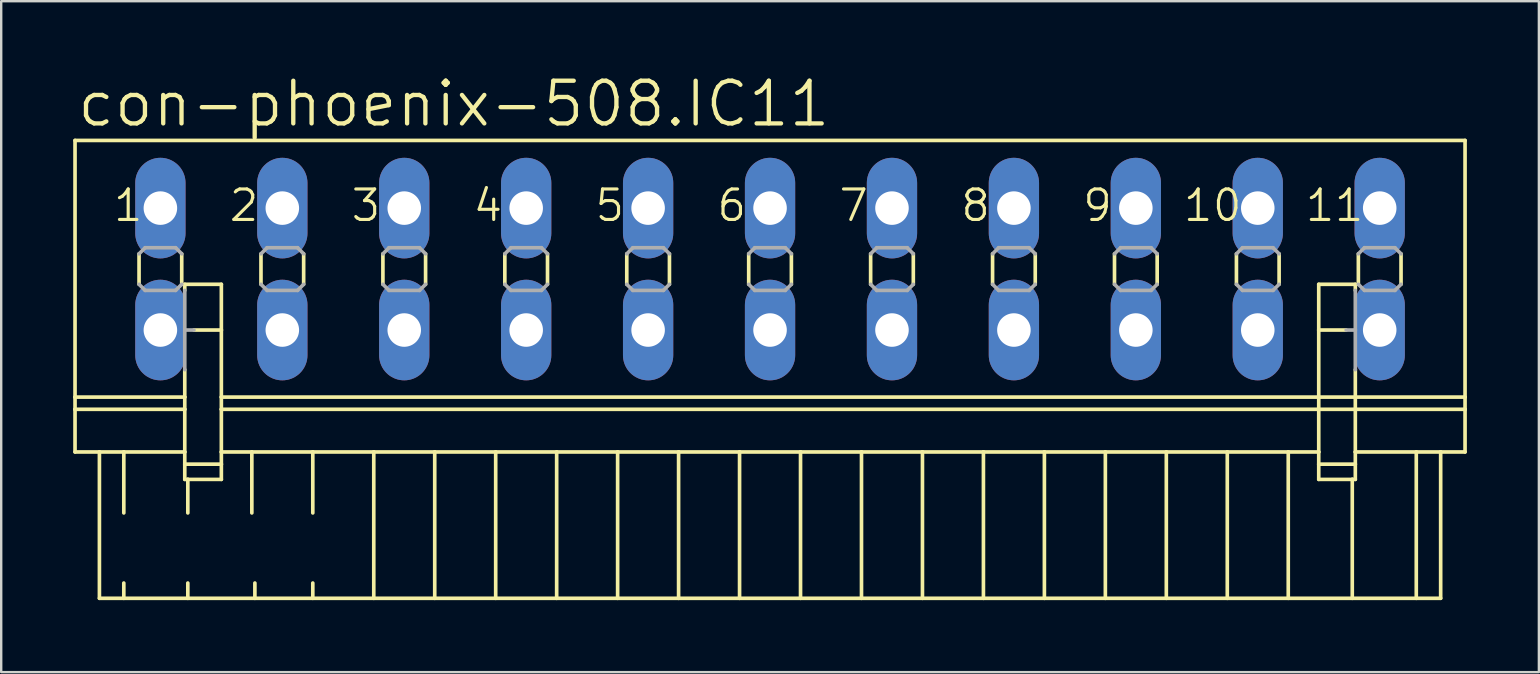
<source format=kicad_pcb>
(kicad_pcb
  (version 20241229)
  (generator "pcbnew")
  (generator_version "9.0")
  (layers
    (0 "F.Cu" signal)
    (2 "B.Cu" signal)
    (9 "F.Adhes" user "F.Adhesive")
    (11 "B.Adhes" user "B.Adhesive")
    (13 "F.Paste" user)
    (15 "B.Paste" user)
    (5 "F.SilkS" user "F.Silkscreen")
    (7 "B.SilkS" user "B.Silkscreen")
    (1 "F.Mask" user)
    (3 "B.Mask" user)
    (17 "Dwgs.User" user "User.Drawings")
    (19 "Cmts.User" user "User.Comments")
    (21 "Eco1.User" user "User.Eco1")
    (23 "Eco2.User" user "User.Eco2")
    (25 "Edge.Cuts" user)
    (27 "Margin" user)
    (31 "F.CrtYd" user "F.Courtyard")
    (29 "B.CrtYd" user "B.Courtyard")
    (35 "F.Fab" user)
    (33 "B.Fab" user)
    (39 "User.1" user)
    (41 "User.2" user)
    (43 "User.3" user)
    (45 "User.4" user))
  (footprint "con-phoenix-508.IC11"
    (layer "F.Cu")
    (at 29.032 8.16)
    (property "Reference" "con-phoenix-508.IC11" (at -28.956 -5.842 0) (layer "F.SilkS") (effects (font (size 1.778 1.778) (thickness 0.18)) (justify left bottom)))
    (attr through_hole)
    (fp_line (start -28.956 -5.359) (end -28.956 5.334) (stroke (width 0.152) (type default)) (layer "F.SilkS"))
    (fp_line (start -28.956 -5.359) (end 28.956 -5.359) (stroke (width 0.152) (type default)) (layer "F.SilkS"))
    (fp_line (start -28.956 5.334) (end -28.956 5.842) (stroke (width 0.152) (type default)) (layer "F.SilkS"))
    (fp_line (start -28.956 5.334) (end -24.384 5.334) (stroke (width 0.152) (type default)) (layer "F.SilkS"))
    (fp_line (start -28.956 5.842) (end -28.956 7.62) (stroke (width 0.152) (type default)) (layer "F.SilkS"))
    (fp_line (start -28.956 5.842) (end -24.384 5.842) (stroke (width 0.152) (type default)) (layer "F.SilkS"))
    (fp_line (start -28.956 7.62) (end -27.94 7.62) (stroke (width 0.152) (type default)) (layer "F.SilkS"))
    (fp_line (start -27.94 7.62) (end -27.94 13.716) (stroke (width 0.152) (type default)) (layer "F.SilkS"))
    (fp_line (start -27.94 7.62) (end -26.924 7.62) (stroke (width 0.152) (type default)) (layer "F.SilkS"))
    (fp_line (start -27.94 13.716) (end -26.924 13.716) (stroke (width 0.152) (type default)) (layer "F.SilkS"))
    (fp_line (start -26.924 7.62) (end -26.924 10.16) (stroke (width 0.152) (type default)) (layer "F.SilkS"))
    (fp_line (start -26.924 7.62) (end -24.384 7.62) (stroke (width 0.152) (type default)) (layer "F.SilkS"))
    (fp_line (start -26.924 13.081) (end -26.924 13.716) (stroke (width 0.152) (type default)) (layer "F.SilkS"))
    (fp_line (start -26.924 13.716) (end -24.257 13.716) (stroke (width 0.152) (type default)) (layer "F.SilkS"))
    (fp_line (start -26.289 -0.635) (end -26.289 0.635) (stroke (width 0.152) (type default)) (layer "F.SilkS"))
    (fp_line (start -24.511 -0.635) (end -24.511 0.635) (stroke (width 0.152) (type default)) (layer "F.SilkS"))
    (fp_line (start -24.384 0.635) (end -24.384 0.889) (stroke (width 0.152) (type default)) (layer "F.SilkS"))
    (fp_line (start -24.384 0.635) (end -22.86 0.635) (stroke (width 0.152) (type default)) (layer "F.SilkS"))
    (fp_line (start -24.384 4.191) (end -24.384 5.334) (stroke (width 0.152) (type default)) (layer "F.SilkS"))
    (fp_line (start -24.384 5.842) (end -24.384 5.334) (stroke (width 0.152) (type default)) (layer "F.SilkS"))
    (fp_line (start -24.384 7.62) (end -24.384 5.842) (stroke (width 0.152) (type default)) (layer "F.SilkS"))
    (fp_line (start -24.384 8.128) (end -24.384 7.62) (stroke (width 0.152) (type default)) (layer "F.SilkS"))
    (fp_line (start -24.384 8.128) (end -22.86 8.128) (stroke (width 0.152) (type default)) (layer "F.SilkS"))
    (fp_line (start -24.384 8.763) (end -24.384 8.128) (stroke (width 0.152) (type default)) (layer "F.SilkS"))
    (fp_line (start -24.257 8.763) (end -24.384 8.763) (stroke (width 0.152) (type default)) (layer "F.SilkS"))
    (fp_line (start -24.257 8.763) (end -24.257 10.16) (stroke (width 0.152) (type default)) (layer "F.SilkS"))
    (fp_line (start -24.257 13.081) (end -24.257 13.716) (stroke (width 0.152) (type default)) (layer "F.SilkS"))
    (fp_line (start -24.257 13.716) (end -21.463 13.716) (stroke (width 0.152) (type default)) (layer "F.SilkS"))
    (fp_line (start -22.86 0.635) (end -22.86 2.54) (stroke (width 0.152) (type default)) (layer "F.SilkS"))
    (fp_line (start -22.86 2.54) (end -24.003 2.54) (stroke (width 0.152) (type default)) (layer "F.SilkS"))
    (fp_line (start -22.86 2.54) (end -22.86 5.334) (stroke (width 0.152) (type default)) (layer "F.SilkS"))
    (fp_line (start -22.86 5.334) (end -22.86 5.842) (stroke (width 0.152) (type default)) (layer "F.SilkS"))
    (fp_line (start -22.86 5.334) (end 22.86 5.334) (stroke (width 0.152) (type default)) (layer "F.SilkS"))
    (fp_line (start -22.86 5.842) (end -22.86 7.62) (stroke (width 0.152) (type default)) (layer "F.SilkS"))
    (fp_line (start -22.86 5.842) (end 22.86 5.842) (stroke (width 0.152) (type default)) (layer "F.SilkS"))
    (fp_line (start -22.86 7.62) (end -22.86 8.128) (stroke (width 0.152) (type default)) (layer "F.SilkS"))
    (fp_line (start -22.86 7.62) (end -21.59 7.62) (stroke (width 0.152) (type default)) (layer "F.SilkS"))
    (fp_line (start -22.86 8.128) (end -22.86 8.763) (stroke (width 0.152) (type default)) (layer "F.SilkS"))
    (fp_line (start -22.86 8.763) (end -24.257 8.763) (stroke (width 0.152) (type default)) (layer "F.SilkS"))
    (fp_line (start -21.59 7.62) (end -21.59 10.16) (stroke (width 0.152) (type default)) (layer "F.SilkS"))
    (fp_line (start -21.59 7.62) (end -19.05 7.62) (stroke (width 0.152) (type default)) (layer "F.SilkS"))
    (fp_line (start -21.463 13.081) (end -21.463 13.716) (stroke (width 0.152) (type default)) (layer "F.SilkS"))
    (fp_line (start -21.463 13.716) (end -19.05 13.716) (stroke (width 0.152) (type default)) (layer "F.SilkS"))
    (fp_line (start -21.209 -0.635) (end -21.209 0.635) (stroke (width 0.152) (type default)) (layer "F.SilkS"))
    (fp_line (start -19.431 -0.635) (end -19.431 0.635) (stroke (width 0.152) (type default)) (layer "F.SilkS"))
    (fp_line (start -19.05 7.62) (end -19.05 10.16) (stroke (width 0.152) (type default)) (layer "F.SilkS"))
    (fp_line (start -19.05 7.62) (end -16.51 7.62) (stroke (width 0.152) (type default)) (layer "F.SilkS"))
    (fp_line (start -19.05 13.081) (end -19.05 13.716) (stroke (width 0.152) (type default)) (layer "F.SilkS"))
    (fp_line (start -19.05 13.716) (end -16.51 13.716) (stroke (width 0.152) (type default)) (layer "F.SilkS"))
    (fp_line (start -16.51 7.62) (end -16.51 13.716) (stroke (width 0.152) (type default)) (layer "F.SilkS"))
    (fp_line (start -16.51 7.62) (end -13.97 7.62) (stroke (width 0.152) (type default)) (layer "F.SilkS"))
    (fp_line (start -16.51 13.716) (end -13.97 13.716) (stroke (width 0.152) (type default)) (layer "F.SilkS"))
    (fp_line (start -16.129 -0.635) (end -16.129 0.635) (stroke (width 0.152) (type default)) (layer "F.SilkS"))
    (fp_line (start -14.351 -0.635) (end -14.351 0.635) (stroke (width 0.152) (type default)) (layer "F.SilkS"))
    (fp_line (start -13.97 7.62) (end -13.97 13.716) (stroke (width 0.152) (type default)) (layer "F.SilkS"))
    (fp_line (start -13.97 7.62) (end -11.43 7.62) (stroke (width 0.152) (type default)) (layer "F.SilkS"))
    (fp_line (start -13.97 13.716) (end -11.43 13.716) (stroke (width 0.152) (type default)) (layer "F.SilkS"))
    (fp_line (start -11.43 7.62) (end -11.43 13.716) (stroke (width 0.152) (type default)) (layer "F.SilkS"))
    (fp_line (start -11.43 7.62) (end -8.89 7.62) (stroke (width 0.152) (type default)) (layer "F.SilkS"))
    (fp_line (start -11.43 13.716) (end -8.89 13.716) (stroke (width 0.152) (type default)) (layer "F.SilkS"))
    (fp_line (start -11.049 -0.635) (end -11.049 0.635) (stroke (width 0.152) (type default)) (layer "F.SilkS"))
    (fp_line (start -9.271 -0.635) (end -9.271 0.635) (stroke (width 0.152) (type default)) (layer "F.SilkS"))
    (fp_line (start -8.89 7.62) (end -8.89 13.716) (stroke (width 0.152) (type default)) (layer "F.SilkS"))
    (fp_line (start -8.89 7.62) (end -6.35 7.62) (stroke (width 0.152) (type default)) (layer "F.SilkS"))
    (fp_line (start -8.89 13.716) (end -6.35 13.716) (stroke (width 0.152) (type default)) (layer "F.SilkS"))
    (fp_line (start -6.35 7.62) (end -6.35 13.716) (stroke (width 0.152) (type default)) (layer "F.SilkS"))
    (fp_line (start -6.35 7.62) (end -3.81 7.62) (stroke (width 0.152) (type default)) (layer "F.SilkS"))
    (fp_line (start -6.35 13.716) (end -3.81 13.716) (stroke (width 0.152) (type default)) (layer "F.SilkS"))
    (fp_line (start -5.969 -0.635) (end -5.969 0.635) (stroke (width 0.152) (type default)) (layer "F.SilkS"))
    (fp_line (start -4.191 -0.635) (end -4.191 0.635) (stroke (width 0.152) (type default)) (layer "F.SilkS"))
    (fp_line (start -3.81 7.62) (end -3.81 13.716) (stroke (width 0.152) (type default)) (layer "F.SilkS"))
    (fp_line (start -3.81 7.62) (end -1.27 7.62) (stroke (width 0.152) (type default)) (layer "F.SilkS"))
    (fp_line (start -3.81 13.716) (end -1.27 13.716) (stroke (width 0.152) (type default)) (layer "F.SilkS"))
    (fp_line (start -1.27 7.62) (end -1.27 13.716) (stroke (width 0.152) (type default)) (layer "F.SilkS"))
    (fp_line (start -1.27 7.62) (end 1.27 7.62) (stroke (width 0.152) (type default)) (layer "F.SilkS"))
    (fp_line (start -1.27 13.716) (end 1.27 13.716) (stroke (width 0.152) (type default)) (layer "F.SilkS"))
    (fp_line (start -0.889 -0.635) (end -0.889 0.635) (stroke (width 0.152) (type default)) (layer "F.SilkS"))
    (fp_line (start 0.889 -0.635) (end 0.889 0.635) (stroke (width 0.152) (type default)) (layer "F.SilkS"))
    (fp_line (start 1.27 7.62) (end 1.27 13.716) (stroke (width 0.152) (type default)) (layer "F.SilkS"))
    (fp_line (start 1.27 7.62) (end 3.81 7.62) (stroke (width 0.152) (type default)) (layer "F.SilkS"))
    (fp_line (start 1.27 13.716) (end 3.81 13.716) (stroke (width 0.152) (type default)) (layer "F.SilkS"))
    (fp_line (start 3.81 7.62) (end 3.81 13.716) (stroke (width 0.152) (type default)) (layer "F.SilkS"))
    (fp_line (start 3.81 7.62) (end 6.35 7.62) (stroke (width 0.152) (type default)) (layer "F.SilkS"))
    (fp_line (start 3.81 13.716) (end 6.35 13.716) (stroke (width 0.152) (type default)) (layer "F.SilkS"))
    (fp_line (start 4.191 -0.635) (end 4.191 0.635) (stroke (width 0.152) (type default)) (layer "F.SilkS"))
    (fp_line (start 5.969 -0.635) (end 5.969 0.635) (stroke (width 0.152) (type default)) (layer "F.SilkS"))
    (fp_line (start 6.35 7.62) (end 6.35 13.716) (stroke (width 0.152) (type default)) (layer "F.SilkS"))
    (fp_line (start 6.35 7.62) (end 8.89 7.62) (stroke (width 0.152) (type default)) (layer "F.SilkS"))
    (fp_line (start 6.35 13.716) (end 8.89 13.716) (stroke (width 0.152) (type default)) (layer "F.SilkS"))
    (fp_line (start 8.89 7.62) (end 8.89 13.716) (stroke (width 0.152) (type default)) (layer "F.SilkS"))
    (fp_line (start 8.89 7.62) (end 11.43 7.62) (stroke (width 0.152) (type default)) (layer "F.SilkS"))
    (fp_line (start 8.89 13.716) (end 11.43 13.716) (stroke (width 0.152) (type default)) (layer "F.SilkS"))
    (fp_line (start 9.271 -0.635) (end 9.271 0.635) (stroke (width 0.152) (type default)) (layer "F.SilkS"))
    (fp_line (start 11.049 -0.635) (end 11.049 0.635) (stroke (width 0.152) (type default)) (layer "F.SilkS"))
    (fp_line (start 11.43 7.62) (end 11.43 13.716) (stroke (width 0.152) (type default)) (layer "F.SilkS"))
    (fp_line (start 11.43 7.62) (end 13.97 7.62) (stroke (width 0.152) (type default)) (layer "F.SilkS"))
    (fp_line (start 11.43 13.716) (end 13.97 13.716) (stroke (width 0.152) (type default)) (layer "F.SilkS"))
    (fp_line (start 13.97 7.62) (end 13.97 13.716) (stroke (width 0.152) (type default)) (layer "F.SilkS"))
    (fp_line (start 13.97 7.62) (end 16.51 7.62) (stroke (width 0.152) (type default)) (layer "F.SilkS"))
    (fp_line (start 13.97 13.716) (end 16.51 13.716) (stroke (width 0.152) (type default)) (layer "F.SilkS"))
    (fp_line (start 14.351 -0.635) (end 14.351 0.635) (stroke (width 0.152) (type default)) (layer "F.SilkS"))
    (fp_line (start 16.129 -0.635) (end 16.129 0.635) (stroke (width 0.152) (type default)) (layer "F.SilkS"))
    (fp_line (start 16.51 7.62) (end 16.51 13.716) (stroke (width 0.152) (type default)) (layer "F.SilkS"))
    (fp_line (start 16.51 7.62) (end 19.05 7.62) (stroke (width 0.152) (type default)) (layer "F.SilkS"))
    (fp_line (start 16.51 13.716) (end 19.05 13.716) (stroke (width 0.152) (type default)) (layer "F.SilkS"))
    (fp_line (start 19.05 7.62) (end 19.05 13.716) (stroke (width 0.152) (type default)) (layer "F.SilkS"))
    (fp_line (start 19.05 7.62) (end 21.59 7.62) (stroke (width 0.152) (type default)) (layer "F.SilkS"))
    (fp_line (start 19.05 13.716) (end 21.59 13.716) (stroke (width 0.152) (type default)) (layer "F.SilkS"))
    (fp_line (start 19.431 -0.635) (end 19.431 0.635) (stroke (width 0.152) (type default)) (layer "F.SilkS"))
    (fp_line (start 21.209 -0.635) (end 21.209 0.635) (stroke (width 0.152) (type default)) (layer "F.SilkS"))
    (fp_line (start 21.59 7.62) (end 21.59 13.716) (stroke (width 0.152) (type default)) (layer "F.SilkS"))
    (fp_line (start 21.59 7.62) (end 22.86 7.62) (stroke (width 0.152) (type default)) (layer "F.SilkS"))
    (fp_line (start 21.59 13.716) (end 24.257 13.716) (stroke (width 0.152) (type default)) (layer "F.SilkS"))
    (fp_line (start 22.86 0.635) (end 22.86 2.54) (stroke (width 0.152) (type default)) (layer "F.SilkS"))
    (fp_line (start 22.86 2.54) (end 22.86 5.334) (stroke (width 0.152) (type default)) (layer "F.SilkS"))
    (fp_line (start 22.86 2.54) (end 24.003 2.54) (stroke (width 0.152) (type default)) (layer "F.SilkS"))
    (fp_line (start 22.86 5.334) (end 22.86 5.842) (stroke (width 0.152) (type default)) (layer "F.SilkS"))
    (fp_line (start 22.86 5.334) (end 24.384 5.334) (stroke (width 0.152) (type default)) (layer "F.SilkS"))
    (fp_line (start 22.86 5.842) (end 22.86 7.62) (stroke (width 0.152) (type default)) (layer "F.SilkS"))
    (fp_line (start 22.86 5.842) (end 24.384 5.842) (stroke (width 0.152) (type default)) (layer "F.SilkS"))
    (fp_line (start 22.86 7.62) (end 22.86 8.128) (stroke (width 0.152) (type default)) (layer "F.SilkS"))
    (fp_line (start 22.86 8.128) (end 22.86 8.763) (stroke (width 0.152) (type default)) (layer "F.SilkS"))
    (fp_line (start 22.86 8.128) (end 24.384 8.128) (stroke (width 0.152) (type default)) (layer "F.SilkS"))
    (fp_line (start 24.257 8.763) (end 22.86 8.763) (stroke (width 0.152) (type default)) (layer "F.SilkS"))
    (fp_line (start 24.257 8.763) (end 24.257 13.716) (stroke (width 0.152) (type default)) (layer "F.SilkS"))
    (fp_line (start 24.257 13.716) (end 26.924 13.716) (stroke (width 0.152) (type default)) (layer "F.SilkS"))
    (fp_line (start 24.384 0.635) (end 22.86 0.635) (stroke (width 0.152) (type default)) (layer "F.SilkS"))
    (fp_line (start 24.384 0.889) (end 24.384 0.635) (stroke (width 0.152) (type default)) (layer "F.SilkS"))
    (fp_line (start 24.384 4.191) (end 24.384 5.334) (stroke (width 0.152) (type default)) (layer "F.SilkS"))
    (fp_line (start 24.384 5.334) (end 28.956 5.334) (stroke (width 0.152) (type default)) (layer "F.SilkS"))
    (fp_line (start 24.384 5.842) (end 24.384 5.334) (stroke (width 0.152) (type default)) (layer "F.SilkS"))
    (fp_line (start 24.384 5.842) (end 28.956 5.842) (stroke (width 0.152) (type default)) (layer "F.SilkS"))
    (fp_line (start 24.384 7.62) (end 24.384 5.842) (stroke (width 0.152) (type default)) (layer "F.SilkS"))
    (fp_line (start 24.384 7.62) (end 26.924 7.62) (stroke (width 0.152) (type default)) (layer "F.SilkS"))
    (fp_line (start 24.384 8.128) (end 24.384 7.62) (stroke (width 0.152) (type default)) (layer "F.SilkS"))
    (fp_line (start 24.384 8.763) (end 24.257 8.763) (stroke (width 0.152) (type default)) (layer "F.SilkS"))
    (fp_line (start 24.384 8.763) (end 24.384 8.128) (stroke (width 0.152) (type default)) (layer "F.SilkS"))
    (fp_line (start 24.511 -0.635) (end 24.511 0.635) (stroke (width 0.152) (type default)) (layer "F.SilkS"))
    (fp_line (start 26.289 -0.635) (end 26.289 0.635) (stroke (width 0.152) (type default)) (layer "F.SilkS"))
    (fp_line (start 26.924 7.62) (end 26.924 13.716) (stroke (width 0.152) (type default)) (layer "F.SilkS"))
    (fp_line (start 26.924 7.62) (end 27.94 7.62) (stroke (width 0.152) (type default)) (layer "F.SilkS"))
    (fp_line (start 26.924 13.716) (end 27.94 13.716) (stroke (width 0.152) (type default)) (layer "F.SilkS"))
    (fp_line (start 27.94 7.62) (end 27.94 13.716) (stroke (width 0.152) (type default)) (layer "F.SilkS"))
    (fp_line (start 27.94 7.62) (end 28.956 7.62) (stroke (width 0.152) (type default)) (layer "F.SilkS"))
    (fp_line (start 28.956 -5.359) (end 28.956 5.334) (stroke (width 0.152) (type default)) (layer "F.SilkS"))
    (fp_line (start 28.956 5.334) (end 28.956 5.842) (stroke (width 0.152) (type default)) (layer "F.SilkS"))
    (fp_line (start 28.956 5.842) (end 28.956 7.62) (stroke (width 0.152) (type default)) (layer "F.SilkS"))
    (fp_line (start -26.289 -0.635) (end -26.035 -0.889) (stroke (width 0.152) (type default)) (layer "F.Fab"))
    (fp_line (start -26.035 -0.889) (end -24.765 -0.889) (stroke (width 0.152) (type default)) (layer "F.Fab"))
    (fp_line (start -26.035 0.889) (end -26.289 0.635) (stroke (width 0.152) (type default)) (layer "F.Fab"))
    (fp_line (start -24.765 -0.889) (end -24.511 -0.635) (stroke (width 0.152) (type default)) (layer "F.Fab"))
    (fp_line (start -24.765 0.889) (end -26.035 0.889) (stroke (width 0.152) (type default)) (layer "F.Fab"))
    (fp_line (start -24.511 0.635) (end -24.765 0.889) (stroke (width 0.152) (type default)) (layer "F.Fab"))
    (fp_line (start -24.384 2.54) (end -24.384 0.889) (stroke (width 0.152) (type default)) (layer "F.Fab"))
    (fp_line (start -24.384 2.54) (end -24.003 2.54) (stroke (width 0.152) (type default)) (layer "F.Fab"))
    (fp_line (start -24.384 4.191) (end -24.384 2.54) (stroke (width 0.152) (type default)) (layer "F.Fab"))
    (fp_line (start -21.209 -0.635) (end -20.955 -0.889) (stroke (width 0.152) (type default)) (layer "F.Fab"))
    (fp_line (start -20.955 -0.889) (end -19.685 -0.889) (stroke (width 0.152) (type default)) (layer "F.Fab"))
    (fp_line (start -20.955 0.889) (end -21.209 0.635) (stroke (width 0.152) (type default)) (layer "F.Fab"))
    (fp_line (start -19.685 -0.889) (end -19.431 -0.635) (stroke (width 0.152) (type default)) (layer "F.Fab"))
    (fp_line (start -19.685 0.889) (end -20.955 0.889) (stroke (width 0.152) (type default)) (layer "F.Fab"))
    (fp_line (start -19.431 0.635) (end -19.685 0.889) (stroke (width 0.152) (type default)) (layer "F.Fab"))
    (fp_line (start -16.129 -0.635) (end -15.875 -0.889) (stroke (width 0.152) (type default)) (layer "F.Fab"))
    (fp_line (start -15.875 -0.889) (end -14.605 -0.889) (stroke (width 0.152) (type default)) (layer "F.Fab"))
    (fp_line (start -15.875 0.889) (end -16.129 0.635) (stroke (width 0.152) (type default)) (layer "F.Fab"))
    (fp_line (start -14.605 -0.889) (end -14.351 -0.635) (stroke (width 0.152) (type default)) (layer "F.Fab"))
    (fp_line (start -14.605 0.889) (end -15.875 0.889) (stroke (width 0.152) (type default)) (layer "F.Fab"))
    (fp_line (start -14.351 0.635) (end -14.605 0.889) (stroke (width 0.152) (type default)) (layer "F.Fab"))
    (fp_line (start -11.049 -0.635) (end -10.795 -0.889) (stroke (width 0.152) (type default)) (layer "F.Fab"))
    (fp_line (start -10.795 -0.889) (end -9.525 -0.889) (stroke (width 0.152) (type default)) (layer "F.Fab"))
    (fp_line (start -10.795 0.889) (end -11.049 0.635) (stroke (width 0.152) (type default)) (layer "F.Fab"))
    (fp_line (start -9.525 -0.889) (end -9.271 -0.635) (stroke (width 0.152) (type default)) (layer "F.Fab"))
    (fp_line (start -9.525 0.889) (end -10.795 0.889) (stroke (width 0.152) (type default)) (layer "F.Fab"))
    (fp_line (start -9.271 0.635) (end -9.525 0.889) (stroke (width 0.152) (type default)) (layer "F.Fab"))
    (fp_line (start -5.969 -0.635) (end -5.715 -0.889) (stroke (width 0.152) (type default)) (layer "F.Fab"))
    (fp_line (start -5.715 -0.889) (end -4.445 -0.889) (stroke (width 0.152) (type default)) (layer "F.Fab"))
    (fp_line (start -5.715 0.889) (end -5.969 0.635) (stroke (width 0.152) (type default)) (layer "F.Fab"))
    (fp_line (start -4.445 -0.889) (end -4.191 -0.635) (stroke (width 0.152) (type default)) (layer "F.Fab"))
    (fp_line (start -4.445 0.889) (end -5.715 0.889) (stroke (width 0.152) (type default)) (layer "F.Fab"))
    (fp_line (start -4.191 0.635) (end -4.445 0.889) (stroke (width 0.152) (type default)) (layer "F.Fab"))
    (fp_line (start -0.889 -0.635) (end -0.635 -0.889) (stroke (width 0.152) (type default)) (layer "F.Fab"))
    (fp_line (start -0.635 -0.889) (end 0.635 -0.889) (stroke (width 0.152) (type default)) (layer "F.Fab"))
    (fp_line (start -0.635 0.889) (end -0.889 0.635) (stroke (width 0.152) (type default)) (layer "F.Fab"))
    (fp_line (start 0.635 -0.889) (end 0.889 -0.635) (stroke (width 0.152) (type default)) (layer "F.Fab"))
    (fp_line (start 0.635 0.889) (end -0.635 0.889) (stroke (width 0.152) (type default)) (layer "F.Fab"))
    (fp_line (start 0.889 0.635) (end 0.635 0.889) (stroke (width 0.152) (type default)) (layer "F.Fab"))
    (fp_line (start 4.191 -0.635) (end 4.445 -0.889) (stroke (width 0.152) (type default)) (layer "F.Fab"))
    (fp_line (start 4.445 -0.889) (end 5.715 -0.889) (stroke (width 0.152) (type default)) (layer "F.Fab"))
    (fp_line (start 4.445 0.889) (end 4.191 0.635) (stroke (width 0.152) (type default)) (layer "F.Fab"))
    (fp_line (start 5.715 -0.889) (end 5.969 -0.635) (stroke (width 0.152) (type default)) (layer "F.Fab"))
    (fp_line (start 5.715 0.889) (end 4.445 0.889) (stroke (width 0.152) (type default)) (layer "F.Fab"))
    (fp_line (start 5.969 0.635) (end 5.715 0.889) (stroke (width 0.152) (type default)) (layer "F.Fab"))
    (fp_line (start 9.271 -0.635) (end 9.525 -0.889) (stroke (width 0.152) (type default)) (layer "F.Fab"))
    (fp_line (start 9.525 -0.889) (end 10.795 -0.889) (stroke (width 0.152) (type default)) (layer "F.Fab"))
    (fp_line (start 9.525 0.889) (end 9.271 0.635) (stroke (width 0.152) (type default)) (layer "F.Fab"))
    (fp_line (start 10.795 -0.889) (end 11.049 -0.635) (stroke (width 0.152) (type default)) (layer "F.Fab"))
    (fp_line (start 10.795 0.889) (end 9.525 0.889) (stroke (width 0.152) (type default)) (layer "F.Fab"))
    (fp_line (start 11.049 0.635) (end 10.795 0.889) (stroke (width 0.152) (type default)) (layer "F.Fab"))
    (fp_line (start 14.351 -0.635) (end 14.605 -0.889) (stroke (width 0.152) (type default)) (layer "F.Fab"))
    (fp_line (start 14.605 -0.889) (end 15.875 -0.889) (stroke (width 0.152) (type default)) (layer "F.Fab"))
    (fp_line (start 14.605 0.889) (end 14.351 0.635) (stroke (width 0.152) (type default)) (layer "F.Fab"))
    (fp_line (start 15.875 -0.889) (end 16.129 -0.635) (stroke (width 0.152) (type default)) (layer "F.Fab"))
    (fp_line (start 15.875 0.889) (end 14.605 0.889) (stroke (width 0.152) (type default)) (layer "F.Fab"))
    (fp_line (start 16.129 0.635) (end 15.875 0.889) (stroke (width 0.152) (type default)) (layer "F.Fab"))
    (fp_line (start 19.431 -0.635) (end 19.685 -0.889) (stroke (width 0.152) (type default)) (layer "F.Fab"))
    (fp_line (start 19.685 -0.889) (end 20.955 -0.889) (stroke (width 0.152) (type default)) (layer "F.Fab"))
    (fp_line (start 19.685 0.889) (end 19.431 0.635) (stroke (width 0.152) (type default)) (layer "F.Fab"))
    (fp_line (start 20.955 -0.889) (end 21.209 -0.635) (stroke (width 0.152) (type default)) (layer "F.Fab"))
    (fp_line (start 20.955 0.889) (end 19.685 0.889) (stroke (width 0.152) (type default)) (layer "F.Fab"))
    (fp_line (start 21.209 0.635) (end 20.955 0.889) (stroke (width 0.152) (type default)) (layer "F.Fab"))
    (fp_line (start 24.003 2.54) (end 24.384 2.54) (stroke (width 0.152) (type default)) (layer "F.Fab"))
    (fp_line (start 24.384 2.54) (end 24.384 0.889) (stroke (width 0.152) (type default)) (layer "F.Fab"))
    (fp_line (start 24.384 4.191) (end 24.384 2.54) (stroke (width 0.152) (type default)) (layer "F.Fab"))
    (fp_line (start 24.511 -0.635) (end 24.765 -0.889) (stroke (width 0.152) (type default)) (layer "F.Fab"))
    (fp_line (start 24.765 -0.889) (end 26.035 -0.889) (stroke (width 0.152) (type default)) (layer "F.Fab"))
    (fp_line (start 24.765 0.889) (end 24.511 0.635) (stroke (width 0.152) (type default)) (layer "F.Fab"))
    (fp_line (start 26.035 -0.889) (end 26.289 -0.635) (stroke (width 0.152) (type default)) (layer "F.Fab"))
    (fp_line (start 26.035 0.889) (end 24.765 0.889) (stroke (width 0.152) (type default)) (layer "F.Fab"))
    (fp_line (start 26.289 0.635) (end 26.035 0.889) (stroke (width 0.152) (type default)) (layer "F.Fab"))
    (fp_text user "6" (at -2.286 -1.905 0) (layer "F.SilkS") (effects (font (size 1.27 1.27) (thickness 0.13)) (justify left bottom)))
    (fp_text user "8" (at 7.874 -1.905 0) (layer "F.SilkS") (effects (font (size 1.27 1.27) (thickness 0.13)) (justify left bottom)))
    (fp_text user "10" (at 17.145 -1.905 0) (layer "F.SilkS") (effects (font (size 1.27 1.27) (thickness 0.13)) (justify left bottom)))
    (fp_text user "11" (at 22.225 -1.905 0) (layer "F.SilkS") (effects (font (size 1.27 1.27) (thickness 0.13)) (justify left bottom)))
    (fp_text user "4" (at -12.446 -1.905 0) (layer "F.SilkS") (effects (font (size 1.27 1.27) (thickness 0.13)) (justify left bottom)))
    (fp_text user "5" (at -7.366 -1.905 0) (layer "F.SilkS") (effects (font (size 1.27 1.27) (thickness 0.13)) (justify left bottom)))
    (fp_text user "1" (at -27.432 -1.905 0) (layer "F.SilkS") (effects (font (size 1.27 1.27) (thickness 0.13)) (justify left bottom)))
    (fp_text user "9" (at 12.954 -1.905 0) (layer "F.SilkS") (effects (font (size 1.27 1.27) (thickness 0.13)) (justify left bottom)))
    (fp_text user "2" (at -22.606 -1.905 0) (layer "F.SilkS") (effects (font (size 1.27 1.27) (thickness 0.13)) (justify left bottom)))
    (fp_text user "7" (at 2.794 -1.905 0) (layer "F.SilkS") (effects (font (size 1.27 1.27) (thickness 0.13)) (justify left bottom)))
    (fp_text user "3" (at -17.526 -1.905 0) (layer "F.SilkS") (effects (font (size 1.27 1.27) (thickness 0.13)) (justify left bottom)))
    (pad "1" thru_hole oval (at -25.4 -2.54 90) (size 4.191 2.095) (drill 1.397) (layers "*.Cu" "*.Mask"))
    (pad "1A" thru_hole oval (at -25.4 2.54 90) (size 4.191 2.095) (drill 1.397) (layers "*.Cu" "*.Mask"))
    (pad "2" thru_hole oval (at -20.32 -2.54 90) (size 4.191 2.095) (drill 1.397) (layers "*.Cu" "*.Mask"))
    (pad "2A" thru_hole oval (at -20.32 2.54 90) (size 4.191 2.095) (drill 1.397) (layers "*.Cu" "*.Mask"))
    (pad "3" thru_hole oval (at -15.24 -2.54 90) (size 4.191 2.095) (drill 1.397) (layers "*.Cu" "*.Mask"))
    (pad "3A" thru_hole oval (at -15.24 2.54 90) (size 4.191 2.095) (drill 1.397) (layers "*.Cu" "*.Mask"))
    (pad "4" thru_hole oval (at -10.16 -2.54 90) (size 4.191 2.095) (drill 1.397) (layers "*.Cu" "*.Mask"))
    (pad "4A" thru_hole oval (at -10.16 2.54 90) (size 4.191 2.095) (drill 1.397) (layers "*.Cu" "*.Mask"))
    (pad "5" thru_hole oval (at -5.08 -2.54 90) (size 4.191 2.095) (drill 1.397) (layers "*.Cu" "*.Mask"))
    (pad "5A" thru_hole oval (at -5.08 2.54 90) (size 4.191 2.095) (drill 1.397) (layers "*.Cu" "*.Mask"))
    (pad "6" thru_hole oval (at 0 -2.54 90) (size 4.191 2.095) (drill 1.397) (layers "*.Cu" "*.Mask"))
    (pad "6A" thru_hole oval (at 0 2.54 90) (size 4.191 2.095) (drill 1.397) (layers "*.Cu" "*.Mask"))
    (pad "7" thru_hole oval (at 5.08 -2.54 90) (size 4.191 2.095) (drill 1.397) (layers "*.Cu" "*.Mask"))
    (pad "7A" thru_hole oval (at 5.08 2.54 90) (size 4.191 2.095) (drill 1.397) (layers "*.Cu" "*.Mask"))
    (pad "8" thru_hole oval (at 10.16 -2.54 90) (size 4.191 2.095) (drill 1.397) (layers "*.Cu" "*.Mask"))
    (pad "8A" thru_hole oval (at 10.16 2.54 90) (size 4.191 2.095) (drill 1.397) (layers "*.Cu" "*.Mask"))
    (pad "9" thru_hole oval (at 15.24 -2.54 90) (size 4.191 2.095) (drill 1.397) (layers "*.Cu" "*.Mask"))
    (pad "9A" thru_hole oval (at 15.24 2.54 90) (size 4.191 2.095) (drill 1.397) (layers "*.Cu" "*.Mask"))
    (pad "10" thru_hole oval (at 20.32 -2.54 90) (size 4.191 2.095) (drill 1.397) (layers "*.Cu" "*.Mask"))
    (pad "10A" thru_hole oval (at 20.32 2.54 90) (size 4.191 2.095) (drill 1.397) (layers "*.Cu" "*.Mask"))
    (pad "11" thru_hole oval (at 25.4 -2.54 90) (size 4.191 2.095) (drill 1.397) (layers "*.Cu" "*.Mask"))
    (pad "11A" thru_hole oval (at 25.4 2.54 90) (size 4.191 2.095) (drill 1.397) (layers "*.Cu" "*.Mask")))
  (gr_rect
    (start -3 -3)
    (end 61.064 24.952)
    (stroke (width 0.1) (type default))
    (fill no)
    (layer "Edge.Cuts")))
</source>
